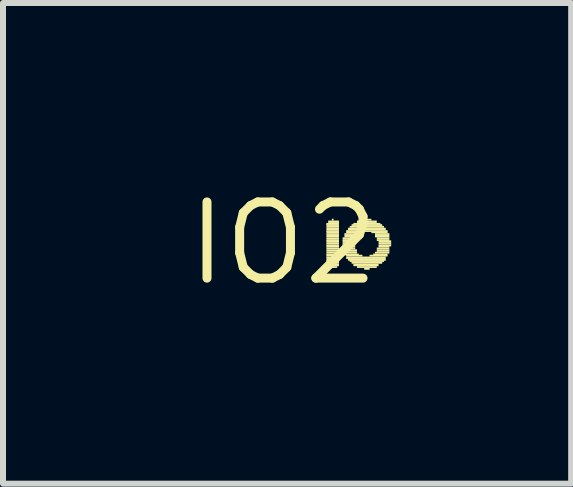
<source format=kicad_pcb>
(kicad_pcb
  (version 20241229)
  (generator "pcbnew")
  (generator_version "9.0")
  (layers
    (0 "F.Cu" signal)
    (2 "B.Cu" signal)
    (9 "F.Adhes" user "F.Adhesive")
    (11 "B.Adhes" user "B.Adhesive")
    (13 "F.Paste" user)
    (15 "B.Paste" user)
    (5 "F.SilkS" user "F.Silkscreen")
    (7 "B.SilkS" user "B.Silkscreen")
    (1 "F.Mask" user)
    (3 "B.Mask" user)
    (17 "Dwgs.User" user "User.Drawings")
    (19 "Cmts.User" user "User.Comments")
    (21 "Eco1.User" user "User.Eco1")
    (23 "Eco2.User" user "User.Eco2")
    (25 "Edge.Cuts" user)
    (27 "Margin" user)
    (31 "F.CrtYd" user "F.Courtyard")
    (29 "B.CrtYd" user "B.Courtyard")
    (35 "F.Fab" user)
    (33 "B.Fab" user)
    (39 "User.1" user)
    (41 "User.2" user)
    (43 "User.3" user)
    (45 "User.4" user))
  (footprint "IO2"
    (layer "F.Cu")
    (at 1.67 1.006)
    (property "Reference" "IO2" (at 0 0 0) (layer "F.SilkS") (effects (font (size 1.27 1.27) (thickness 0.15))))
    (fp_poly (pts (xy 0.72 -0.31) (xy 0.93 -0.31) (xy 0.93 -0.34) (xy 0.72 -0.34)) (stroke (width 0) (type default)) (fill yes) (layer "F.SilkS"))
    (fp_poly (pts (xy 0.72 -0.29) (xy 0.93 -0.29) (xy 0.93 -0.32) (xy 0.72 -0.32)) (stroke (width 0) (type default)) (fill yes) (layer "F.SilkS"))
    (fp_poly (pts (xy 0.72 -0.26) (xy 0.93 -0.26) (xy 0.93 -0.29) (xy 0.72 -0.29)) (stroke (width 0) (type default)) (fill yes) (layer "F.SilkS"))
    (fp_poly (pts (xy 0.72 -0.22) (xy 0.93 -0.22) (xy 0.93 -0.26) (xy 0.72 -0.26)) (stroke (width 0) (type default)) (fill yes) (layer "F.SilkS"))
    (fp_poly (pts (xy 0.72 -0.19) (xy 0.93 -0.19) (xy 0.93 -0.22) (xy 0.72 -0.22)) (stroke (width 0) (type default)) (fill yes) (layer "F.SilkS"))
    (fp_poly (pts (xy 0.72 -0.17) (xy 0.93 -0.17) (xy 0.93 -0.2) (xy 0.72 -0.2)) (stroke (width 0) (type default)) (fill yes) (layer "F.SilkS"))
    (fp_poly (pts (xy 0.72 -0.14) (xy 0.93 -0.14) (xy 0.93 -0.17) (xy 0.72 -0.17)) (stroke (width 0) (type default)) (fill yes) (layer "F.SilkS"))
    (fp_poly (pts (xy 0.72 -0.1) (xy 0.93 -0.1) (xy 0.93 -0.14) (xy 0.72 -0.14)) (stroke (width 0) (type default)) (fill yes) (layer "F.SilkS"))
    (fp_poly (pts (xy 0.72 -0.07) (xy 0.93 -0.07) (xy 0.93 -0.1) (xy 0.72 -0.1)) (stroke (width 0) (type default)) (fill yes) (layer "F.SilkS"))
    (fp_poly (pts (xy 0.72 -0.04) (xy 0.93 -0.04) (xy 0.93 -0.07) (xy 0.72 -0.07)) (stroke (width 0) (type default)) (fill yes) (layer "F.SilkS"))
    (fp_poly (pts (xy 0.72 -0.02) (xy 0.93 -0.02) (xy 0.93 -0.05) (xy 0.72 -0.05)) (stroke (width 0) (type default)) (fill yes) (layer "F.SilkS"))
    (fp_poly (pts (xy 0.72 0.02) (xy 0.93 0.02) (xy 0.93 -0.02) (xy 0.72 -0.02)) (stroke (width 0) (type default)) (fill yes) (layer "F.SilkS"))
    (fp_poly (pts (xy 0.72 0.05) (xy 0.93 0.05) (xy 0.93 0.02) (xy 0.72 0.02)) (stroke (width 0) (type default)) (fill yes) (layer "F.SilkS"))
    (fp_poly (pts (xy 0.72 0.07) (xy 0.93 0.07) (xy 0.93 0.04) (xy 0.72 0.04)) (stroke (width 0) (type default)) (fill yes) (layer "F.SilkS"))
    (fp_poly (pts (xy 0.72 0.1) (xy 0.93 0.1) (xy 0.93 0.07) (xy 0.72 0.07)) (stroke (width 0) (type default)) (fill yes) (layer "F.SilkS"))
    (fp_poly (pts (xy 0.72 0.14) (xy 0.93 0.14) (xy 0.93 0.1) (xy 0.72 0.1)) (stroke (width 0) (type default)) (fill yes) (layer "F.SilkS"))
    (fp_poly (pts (xy 0.72 0.17) (xy 0.93 0.17) (xy 0.93 0.14) (xy 0.72 0.14)) (stroke (width 0) (type default)) (fill yes) (layer "F.SilkS"))
    (fp_poly (pts (xy 0.72 0.2) (xy 0.93 0.2) (xy 0.93 0.17) (xy 0.72 0.17)) (stroke (width 0) (type default)) (fill yes) (layer "F.SilkS"))
    (fp_poly (pts (xy 0.72 0.22) (xy 0.93 0.22) (xy 0.93 0.19) (xy 0.72 0.19)) (stroke (width 0) (type default)) (fill yes) (layer "F.SilkS"))
    (fp_poly (pts (xy 0.72 0.26) (xy 0.93 0.26) (xy 0.93 0.22) (xy 0.72 0.22)) (stroke (width 0) (type default)) (fill yes) (layer "F.SilkS"))
    (fp_poly (pts (xy 0.72 0.29) (xy 0.93 0.29) (xy 0.93 0.26) (xy 0.72 0.26)) (stroke (width 0) (type default)) (fill yes) (layer "F.SilkS"))
    (fp_poly (pts (xy 0.72 0.31) (xy 0.93 0.31) (xy 0.93 0.28) (xy 0.72 0.28)) (stroke (width 0) (type default)) (fill yes) (layer "F.SilkS"))
    (fp_poly (pts (xy 0.72 0.34) (xy 0.93 0.34) (xy 0.93 0.31) (xy 0.72 0.31)) (stroke (width 0) (type default)) (fill yes) (layer "F.SilkS"))
    (fp_poly (pts (xy 0.72 0.38) (xy 0.93 0.38) (xy 0.93 0.34) (xy 0.72 0.34)) (stroke (width 0) (type default)) (fill yes) (layer "F.SilkS"))
    (fp_poly (pts (xy 0.75 -0.34) (xy 0.93 -0.34) (xy 0.93 -0.38) (xy 0.75 -0.38)) (stroke (width 0) (type default)) (fill yes) (layer "F.SilkS"))
    (fp_poly (pts (xy 0.75 0.41) (xy 0.9 0.41) (xy 0.9 0.38) (xy 0.75 0.38)) (stroke (width 0) (type default)) (fill yes) (layer "F.SilkS"))
    (fp_poly (pts (xy 0.81 -0.38) (xy 0.84 -0.38) (xy 0.84 -0.41) (xy 0.81 -0.41)) (stroke (width 0) (type default)) (fill yes) (layer "F.SilkS"))
    (fp_poly (pts (xy 0.99 -0.07) (xy 1.2 -0.07) (xy 1.2 -0.1) (xy 0.99 -0.1)) (stroke (width 0) (type default)) (fill yes) (layer "F.SilkS"))
    (fp_poly (pts (xy 0.99 -0.04) (xy 1.2 -0.04) (xy 1.2 -0.07) (xy 0.99 -0.07)) (stroke (width 0) (type default)) (fill yes) (layer "F.SilkS"))
    (fp_poly (pts (xy 0.99 -0.02) (xy 1.2 -0.02) (xy 1.2 -0.05) (xy 0.99 -0.05)) (stroke (width 0) (type default)) (fill yes) (layer "F.SilkS"))
    (fp_poly (pts (xy 0.99 0.02) (xy 1.2 0.02) (xy 1.2 -0.02) (xy 0.99 -0.02)) (stroke (width 0) (type default)) (fill yes) (layer "F.SilkS"))
    (fp_poly (pts (xy 0.99 0.05) (xy 1.2 0.05) (xy 1.2 0.02) (xy 0.99 0.02)) (stroke (width 0) (type default)) (fill yes) (layer "F.SilkS"))
    (fp_poly (pts (xy 0.99 0.07) (xy 1.2 0.07) (xy 1.2 0.04) (xy 0.99 0.04)) (stroke (width 0) (type default)) (fill yes) (layer "F.SilkS"))
    (fp_poly (pts (xy 0.99 0.1) (xy 1.2 0.1) (xy 1.2 0.07) (xy 0.99 0.07)) (stroke (width 0) (type default)) (fill yes) (layer "F.SilkS"))
    (fp_poly (pts (xy 0.99 0.14) (xy 1.23 0.14) (xy 1.23 0.1) (xy 0.99 0.1)) (stroke (width 0) (type default)) (fill yes) (layer "F.SilkS"))
    (fp_poly (pts (xy 1.02 -0.14) (xy 1.26 -0.14) (xy 1.26 -0.17) (xy 1.02 -0.17)) (stroke (width 0) (type default)) (fill yes) (layer "F.SilkS"))
    (fp_poly (pts (xy 1.02 -0.1) (xy 1.23 -0.1) (xy 1.23 -0.14) (xy 1.02 -0.14)) (stroke (width 0) (type default)) (fill yes) (layer "F.SilkS"))
    (fp_poly (pts (xy 1.02 0.17) (xy 1.23 0.17) (xy 1.23 0.14) (xy 1.02 0.14)) (stroke (width 0) (type default)) (fill yes) (layer "F.SilkS"))
    (fp_poly (pts (xy 1.02 0.2) (xy 1.26 0.2) (xy 1.26 0.17) (xy 1.02 0.17)) (stroke (width 0) (type default)) (fill yes) (layer "F.SilkS"))
    (fp_poly (pts (xy 1.05 -0.19) (xy 1.74 -0.19) (xy 1.74 -0.22) (xy 1.05 -0.22)) (stroke (width 0) (type default)) (fill yes) (layer "F.SilkS"))
    (fp_poly (pts (xy 1.05 -0.17) (xy 1.29 -0.17) (xy 1.29 -0.2) (xy 1.05 -0.2)) (stroke (width 0) (type default)) (fill yes) (layer "F.SilkS"))
    (fp_poly (pts (xy 1.05 0.22) (xy 1.32 0.22) (xy 1.32 0.19) (xy 1.05 0.19)) (stroke (width 0) (type default)) (fill yes) (layer "F.SilkS"))
    (fp_poly (pts (xy 1.05 0.26) (xy 1.71 0.26) (xy 1.71 0.22) (xy 1.05 0.22)) (stroke (width 0) (type default)) (fill yes) (layer "F.SilkS"))
    (fp_poly (pts (xy 1.08 -0.22) (xy 1.71 -0.22) (xy 1.71 -0.26) (xy 1.08 -0.26)) (stroke (width 0) (type default)) (fill yes) (layer "F.SilkS"))
    (fp_poly (pts (xy 1.08 0.29) (xy 1.71 0.29) (xy 1.71 0.26) (xy 1.08 0.26)) (stroke (width 0) (type default)) (fill yes) (layer "F.SilkS"))
    (fp_poly (pts (xy 1.11 -0.26) (xy 1.68 -0.26) (xy 1.68 -0.29) (xy 1.11 -0.29)) (stroke (width 0) (type default)) (fill yes) (layer "F.SilkS"))
    (fp_poly (pts (xy 1.11 0.31) (xy 1.68 0.31) (xy 1.68 0.28) (xy 1.11 0.28)) (stroke (width 0) (type default)) (fill yes) (layer "F.SilkS"))
    (fp_poly (pts (xy 1.14 -0.29) (xy 1.65 -0.29) (xy 1.65 -0.32) (xy 1.14 -0.32)) (stroke (width 0) (type default)) (fill yes) (layer "F.SilkS"))
    (fp_poly (pts (xy 1.14 0.34) (xy 1.65 0.34) (xy 1.65 0.31) (xy 1.14 0.31)) (stroke (width 0) (type default)) (fill yes) (layer "F.SilkS"))
    (fp_poly (pts (xy 1.17 -0.31) (xy 1.62 -0.31) (xy 1.62 -0.34) (xy 1.17 -0.34)) (stroke (width 0) (type default)) (fill yes) (layer "F.SilkS"))
    (fp_poly (pts (xy 1.17 0.38) (xy 1.59 0.38) (xy 1.59 0.34) (xy 1.17 0.34)) (stroke (width 0) (type default)) (fill yes) (layer "F.SilkS"))
    (fp_poly (pts (xy 1.23 -0.34) (xy 1.56 -0.34) (xy 1.56 -0.38) (xy 1.23 -0.38)) (stroke (width 0) (type default)) (fill yes) (layer "F.SilkS"))
    (fp_poly (pts (xy 1.23 0.41) (xy 1.56 0.41) (xy 1.56 0.38) (xy 1.23 0.38)) (stroke (width 0) (type default)) (fill yes) (layer "F.SilkS"))
    (fp_poly (pts (xy 1.29 -0.38) (xy 1.47 -0.38) (xy 1.47 -0.41) (xy 1.29 -0.41)) (stroke (width 0) (type default)) (fill yes) (layer "F.SilkS"))
    (fp_poly (pts (xy 1.35 0.44) (xy 1.44 0.44) (xy 1.44 0.41) (xy 1.35 0.41)) (stroke (width 0) (type default)) (fill yes) (layer "F.SilkS"))
    (fp_poly (pts (xy 1.44 0.22) (xy 1.74 0.22) (xy 1.74 0.19) (xy 1.44 0.19)) (stroke (width 0) (type default)) (fill yes) (layer "F.SilkS"))
    (fp_poly (pts (xy 1.47 -0.17) (xy 1.74 -0.17) (xy 1.74 -0.2) (xy 1.47 -0.2)) (stroke (width 0) (type default)) (fill yes) (layer "F.SilkS"))
    (fp_poly (pts (xy 1.5 0.2) (xy 1.74 0.2) (xy 1.74 0.17) (xy 1.5 0.17)) (stroke (width 0) (type default)) (fill yes) (layer "F.SilkS"))
    (fp_poly (pts (xy 1.53 -0.14) (xy 1.77 -0.14) (xy 1.77 -0.17) (xy 1.53 -0.17)) (stroke (width 0) (type default)) (fill yes) (layer "F.SilkS"))
    (fp_poly (pts (xy 1.53 -0.1) (xy 1.77 -0.1) (xy 1.77 -0.14) (xy 1.53 -0.14)) (stroke (width 0) (type default)) (fill yes) (layer "F.SilkS"))
    (fp_poly (pts (xy 1.53 0.17) (xy 1.77 0.17) (xy 1.77 0.14) (xy 1.53 0.14)) (stroke (width 0) (type default)) (fill yes) (layer "F.SilkS"))
    (fp_poly (pts (xy 1.56 -0.07) (xy 1.77 -0.07) (xy 1.77 -0.1) (xy 1.56 -0.1)) (stroke (width 0) (type default)) (fill yes) (layer "F.SilkS"))
    (fp_poly (pts (xy 1.56 -0.04) (xy 1.77 -0.04) (xy 1.77 -0.07) (xy 1.56 -0.07)) (stroke (width 0) (type default)) (fill yes) (layer "F.SilkS"))
    (fp_poly (pts (xy 1.56 0.1) (xy 1.77 0.1) (xy 1.77 0.07) (xy 1.56 0.07)) (stroke (width 0) (type default)) (fill yes) (layer "F.SilkS"))
    (fp_poly (pts (xy 1.56 0.14) (xy 1.77 0.14) (xy 1.77 0.1) (xy 1.56 0.1)) (stroke (width 0) (type default)) (fill yes) (layer "F.SilkS"))
    (fp_poly (pts (xy 1.59 -0.02) (xy 1.8 -0.02) (xy 1.8 -0.05) (xy 1.59 -0.05)) (stroke (width 0) (type default)) (fill yes) (layer "F.SilkS"))
    (fp_poly (pts (xy 1.59 0.02) (xy 1.8 0.02) (xy 1.8 -0.02) (xy 1.59 -0.02)) (stroke (width 0) (type default)) (fill yes) (layer "F.SilkS"))
    (fp_poly (pts (xy 1.59 0.05) (xy 1.8 0.05) (xy 1.8 0.02) (xy 1.59 0.02)) (stroke (width 0) (type default)) (fill yes) (layer "F.SilkS"))
    (fp_poly (pts (xy 1.59 0.07) (xy 1.77 0.07) (xy 1.77 0.04) (xy 1.59 0.04)) (stroke (width 0) (type default)) (fill yes) (layer "F.SilkS")))
  (gr_rect
    (start -3 -3)
    (end 6.47 5.012)
    (stroke (width 0.1) (type default))
    (fill no)
    (layer "Edge.Cuts")))
</source>
